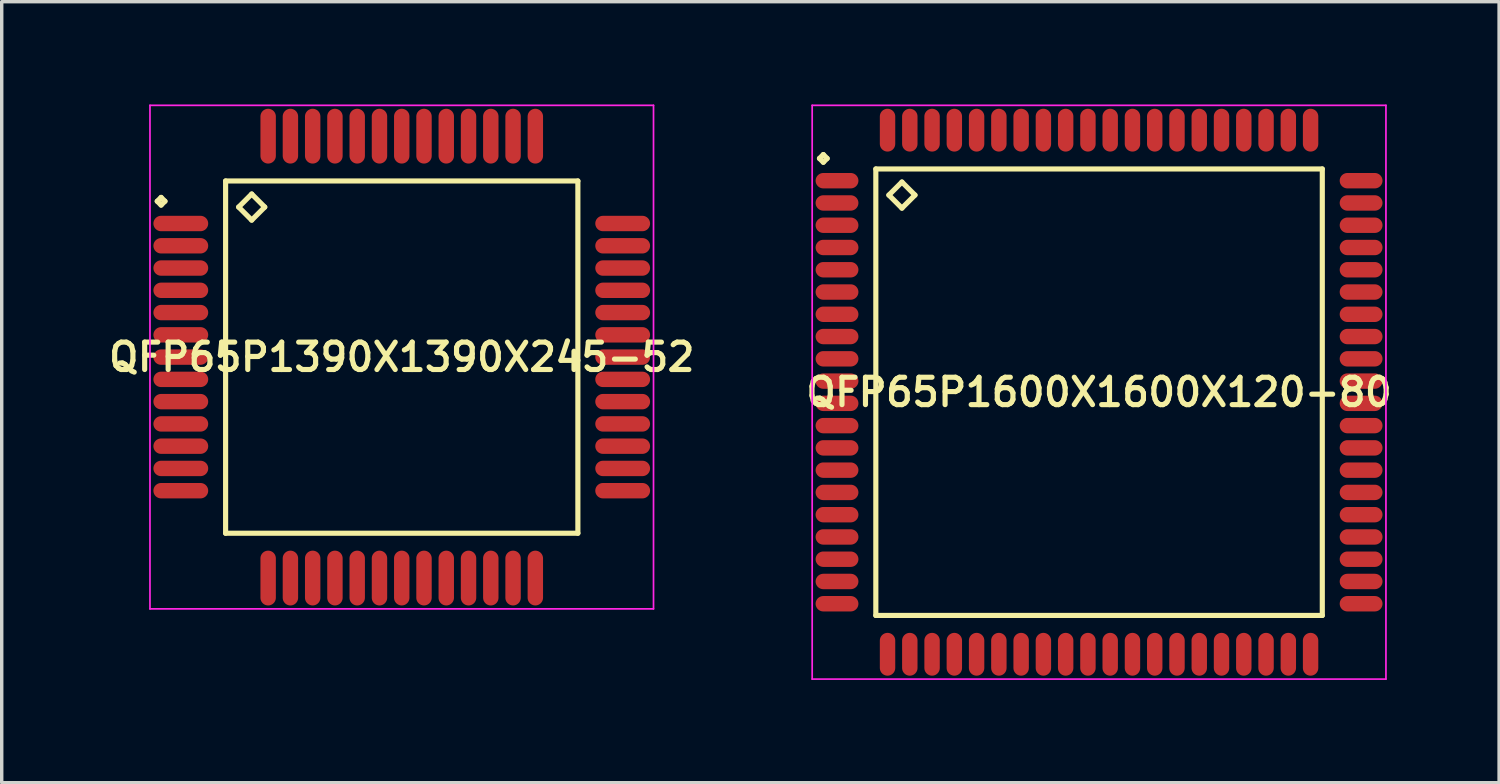
<source format=kicad_pcb>
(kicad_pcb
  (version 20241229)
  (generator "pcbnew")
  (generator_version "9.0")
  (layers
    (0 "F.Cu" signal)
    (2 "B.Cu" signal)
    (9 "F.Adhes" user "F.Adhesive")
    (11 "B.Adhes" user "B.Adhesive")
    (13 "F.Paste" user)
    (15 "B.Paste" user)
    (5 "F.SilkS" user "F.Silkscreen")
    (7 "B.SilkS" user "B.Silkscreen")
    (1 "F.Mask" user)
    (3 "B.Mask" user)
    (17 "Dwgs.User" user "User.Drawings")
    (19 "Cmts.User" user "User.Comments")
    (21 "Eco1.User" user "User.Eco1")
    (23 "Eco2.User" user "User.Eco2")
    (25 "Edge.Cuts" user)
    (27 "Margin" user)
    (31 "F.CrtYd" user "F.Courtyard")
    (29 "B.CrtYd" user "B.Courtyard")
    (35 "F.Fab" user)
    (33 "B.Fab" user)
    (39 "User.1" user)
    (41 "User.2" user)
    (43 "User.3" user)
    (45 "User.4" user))
  (footprint "QFP65P1600X1600X120-80"
    (layer "F.Cu")
    (at 29.035 8.4)
    (property "Reference" "QFP65P1600X1600X120-80" (at 0 0 0) (layer "F.SilkS") (effects (font (size 0.8 0.8) (thickness 0.15))))
    (attr smd)
    (fp_line (start -8.162 -6.825) (end -8.05 -6.938) (stroke (width 0.15) (type solid)) (layer "F.SilkS"))
    (fp_line (start -8.05 -6.938) (end -7.938 -6.825) (stroke (width 0.15) (type solid)) (layer "F.SilkS"))
    (fp_line (start -8.05 -6.713) (end -8.162 -6.825) (stroke (width 0.15) (type solid)) (layer "F.SilkS"))
    (fp_line (start -7.938 -6.825) (end -8.05 -6.713) (stroke (width 0.15) (type solid)) (layer "F.SilkS"))
    (fp_line (start -6.517 -6.517) (end -6.517 6.517) (stroke (width 0.15) (type solid)) (layer "F.SilkS"))
    (fp_line (start -6.517 6.517) (end 6.517 6.517) (stroke (width 0.15) (type solid)) (layer "F.SilkS"))
    (fp_line (start -6.136 -5.755) (end -5.755 -6.136) (stroke (width 0.15) (type solid)) (layer "F.SilkS"))
    (fp_line (start -5.755 -6.136) (end -5.374 -5.755) (stroke (width 0.15) (type solid)) (layer "F.SilkS"))
    (fp_line (start -5.755 -5.374) (end -6.136 -5.755) (stroke (width 0.15) (type solid)) (layer "F.SilkS"))
    (fp_line (start -5.374 -5.755) (end -5.755 -5.374) (stroke (width 0.15) (type solid)) (layer "F.SilkS"))
    (fp_line (start 6.517 -6.517) (end -6.517 -6.517) (stroke (width 0.15) (type solid)) (layer "F.SilkS"))
    (fp_line (start 6.517 6.517) (end 6.517 -6.517) (stroke (width 0.15) (type solid)) (layer "F.SilkS"))
    (fp_line (start -8.375 -8.375) (end 8.375 -8.375) (stroke (width 0.05) (type solid)) (layer "F.CrtYd"))
    (fp_line (start -8.375 8.375) (end -8.375 -8.375) (stroke (width 0.05) (type solid)) (layer "F.CrtYd"))
    (fp_line (start 8.375 -8.375) (end 8.375 8.375) (stroke (width 0.05) (type solid)) (layer "F.CrtYd"))
    (fp_line (start 8.375 8.375) (end -8.375 8.375) (stroke (width 0.05) (type solid)) (layer "F.CrtYd"))
    (pad "1" smd oval (at -7.65 -6.175) (size 1.25 0.45) (layers "F.Cu" "F.Mask" "F.Paste"))
    (pad "2" smd oval (at -7.65 -5.525) (size 1.25 0.45) (layers "F.Cu" "F.Mask" "F.Paste"))
    (pad "3" smd oval (at -7.65 -4.875) (size 1.25 0.45) (layers "F.Cu" "F.Mask" "F.Paste"))
    (pad "4" smd oval (at -7.65 -4.225) (size 1.25 0.45) (layers "F.Cu" "F.Mask" "F.Paste"))
    (pad "5" smd oval (at -7.65 -3.575) (size 1.25 0.45) (layers "F.Cu" "F.Mask" "F.Paste"))
    (pad "6" smd oval (at -7.65 -2.925) (size 1.25 0.45) (layers "F.Cu" "F.Mask" "F.Paste"))
    (pad "7" smd oval (at -7.65 -2.275) (size 1.25 0.45) (layers "F.Cu" "F.Mask" "F.Paste"))
    (pad "8" smd oval (at -7.65 -1.625) (size 1.25 0.45) (layers "F.Cu" "F.Mask" "F.Paste"))
    (pad "9" smd oval (at -7.65 -0.975) (size 1.25 0.45) (layers "F.Cu" "F.Mask" "F.Paste"))
    (pad "10" smd oval (at -7.65 -0.325) (size 1.25 0.45) (layers "F.Cu" "F.Mask" "F.Paste"))
    (pad "11" smd oval (at -7.65 0.325) (size 1.25 0.45) (layers "F.Cu" "F.Mask" "F.Paste"))
    (pad "12" smd oval (at -7.65 0.975) (size 1.25 0.45) (layers "F.Cu" "F.Mask" "F.Paste"))
    (pad "13" smd oval (at -7.65 1.625) (size 1.25 0.45) (layers "F.Cu" "F.Mask" "F.Paste"))
    (pad "14" smd oval (at -7.65 2.275) (size 1.25 0.45) (layers "F.Cu" "F.Mask" "F.Paste"))
    (pad "15" smd oval (at -7.65 2.925) (size 1.25 0.45) (layers "F.Cu" "F.Mask" "F.Paste"))
    (pad "16" smd oval (at -7.65 3.575) (size 1.25 0.45) (layers "F.Cu" "F.Mask" "F.Paste"))
    (pad "17" smd oval (at -7.65 4.225) (size 1.25 0.45) (layers "F.Cu" "F.Mask" "F.Paste"))
    (pad "18" smd oval (at -7.65 4.875) (size 1.25 0.45) (layers "F.Cu" "F.Mask" "F.Paste"))
    (pad "19" smd oval (at -7.65 5.525) (size 1.25 0.45) (layers "F.Cu" "F.Mask" "F.Paste"))
    (pad "20" smd oval (at -7.65 6.175) (size 1.25 0.45) (layers "F.Cu" "F.Mask" "F.Paste"))
    (pad "21" smd oval (at -6.175 7.65) (size 0.45 1.25) (layers "F.Cu" "F.Mask" "F.Paste"))
    (pad "22" smd oval (at -5.525 7.65) (size 0.45 1.25) (layers "F.Cu" "F.Mask" "F.Paste"))
    (pad "23" smd oval (at -4.875 7.65) (size 0.45 1.25) (layers "F.Cu" "F.Mask" "F.Paste"))
    (pad "24" smd oval (at -4.225 7.65) (size 0.45 1.25) (layers "F.Cu" "F.Mask" "F.Paste"))
    (pad "25" smd oval (at -3.575 7.65) (size 0.45 1.25) (layers "F.Cu" "F.Mask" "F.Paste"))
    (pad "26" smd oval (at -2.925 7.65) (size 0.45 1.25) (layers "F.Cu" "F.Mask" "F.Paste"))
    (pad "27" smd oval (at -2.275 7.65) (size 0.45 1.25) (layers "F.Cu" "F.Mask" "F.Paste"))
    (pad "28" smd oval (at -1.625 7.65) (size 0.45 1.25) (layers "F.Cu" "F.Mask" "F.Paste"))
    (pad "29" smd oval (at -0.975 7.65) (size 0.45 1.25) (layers "F.Cu" "F.Mask" "F.Paste"))
    (pad "30" smd oval (at -0.325 7.65) (size 0.45 1.25) (layers "F.Cu" "F.Mask" "F.Paste"))
    (pad "31" smd oval (at 0.325 7.65) (size 0.45 1.25) (layers "F.Cu" "F.Mask" "F.Paste"))
    (pad "32" smd oval (at 0.975 7.65) (size 0.45 1.25) (layers "F.Cu" "F.Mask" "F.Paste"))
    (pad "33" smd oval (at 1.625 7.65) (size 0.45 1.25) (layers "F.Cu" "F.Mask" "F.Paste"))
    (pad "34" smd oval (at 2.275 7.65) (size 0.45 1.25) (layers "F.Cu" "F.Mask" "F.Paste"))
    (pad "35" smd oval (at 2.925 7.65) (size 0.45 1.25) (layers "F.Cu" "F.Mask" "F.Paste"))
    (pad "36" smd oval (at 3.575 7.65) (size 0.45 1.25) (layers "F.Cu" "F.Mask" "F.Paste"))
    (pad "37" smd oval (at 4.225 7.65) (size 0.45 1.25) (layers "F.Cu" "F.Mask" "F.Paste"))
    (pad "38" smd oval (at 4.875 7.65) (size 0.45 1.25) (layers "F.Cu" "F.Mask" "F.Paste"))
    (pad "39" smd oval (at 5.525 7.65) (size 0.45 1.25) (layers "F.Cu" "F.Mask" "F.Paste"))
    (pad "40" smd oval (at 6.175 7.65) (size 0.45 1.25) (layers "F.Cu" "F.Mask" "F.Paste"))
    (pad "41" smd oval (at 7.65 6.175) (size 1.25 0.45) (layers "F.Cu" "F.Mask" "F.Paste"))
    (pad "42" smd oval (at 7.65 5.525) (size 1.25 0.45) (layers "F.Cu" "F.Mask" "F.Paste"))
    (pad "43" smd oval (at 7.65 4.875) (size 1.25 0.45) (layers "F.Cu" "F.Mask" "F.Paste"))
    (pad "44" smd oval (at 7.65 4.225) (size 1.25 0.45) (layers "F.Cu" "F.Mask" "F.Paste"))
    (pad "45" smd oval (at 7.65 3.575) (size 1.25 0.45) (layers "F.Cu" "F.Mask" "F.Paste"))
    (pad "46" smd oval (at 7.65 2.925) (size 1.25 0.45) (layers "F.Cu" "F.Mask" "F.Paste"))
    (pad "47" smd oval (at 7.65 2.275) (size 1.25 0.45) (layers "F.Cu" "F.Mask" "F.Paste"))
    (pad "48" smd oval (at 7.65 1.625) (size 1.25 0.45) (layers "F.Cu" "F.Mask" "F.Paste"))
    (pad "49" smd oval (at 7.65 0.975) (size 1.25 0.45) (layers "F.Cu" "F.Mask" "F.Paste"))
    (pad "50" smd oval (at 7.65 0.325) (size 1.25 0.45) (layers "F.Cu" "F.Mask" "F.Paste"))
    (pad "51" smd oval (at 7.65 -0.325) (size 1.25 0.45) (layers "F.Cu" "F.Mask" "F.Paste"))
    (pad "52" smd oval (at 7.65 -0.975) (size 1.25 0.45) (layers "F.Cu" "F.Mask" "F.Paste"))
    (pad "53" smd oval (at 7.65 -1.625) (size 1.25 0.45) (layers "F.Cu" "F.Mask" "F.Paste"))
    (pad "54" smd oval (at 7.65 -2.275) (size 1.25 0.45) (layers "F.Cu" "F.Mask" "F.Paste"))
    (pad "55" smd oval (at 7.65 -2.925) (size 1.25 0.45) (layers "F.Cu" "F.Mask" "F.Paste"))
    (pad "56" smd oval (at 7.65 -3.575) (size 1.25 0.45) (layers "F.Cu" "F.Mask" "F.Paste"))
    (pad "57" smd oval (at 7.65 -4.225) (size 1.25 0.45) (layers "F.Cu" "F.Mask" "F.Paste"))
    (pad "58" smd oval (at 7.65 -4.875) (size 1.25 0.45) (layers "F.Cu" "F.Mask" "F.Paste"))
    (pad "59" smd oval (at 7.65 -5.525) (size 1.25 0.45) (layers "F.Cu" "F.Mask" "F.Paste"))
    (pad "60" smd oval (at 7.65 -6.175) (size 1.25 0.45) (layers "F.Cu" "F.Mask" "F.Paste"))
    (pad "61" smd oval (at 6.175 -7.65) (size 0.45 1.25) (layers "F.Cu" "F.Mask" "F.Paste"))
    (pad "62" smd oval (at 5.525 -7.65) (size 0.45 1.25) (layers "F.Cu" "F.Mask" "F.Paste"))
    (pad "63" smd oval (at 4.875 -7.65) (size 0.45 1.25) (layers "F.Cu" "F.Mask" "F.Paste"))
    (pad "64" smd oval (at 4.225 -7.65) (size 0.45 1.25) (layers "F.Cu" "F.Mask" "F.Paste"))
    (pad "65" smd oval (at 3.575 -7.65) (size 0.45 1.25) (layers "F.Cu" "F.Mask" "F.Paste"))
    (pad "66" smd oval (at 2.925 -7.65) (size 0.45 1.25) (layers "F.Cu" "F.Mask" "F.Paste"))
    (pad "67" smd oval (at 2.275 -7.65) (size 0.45 1.25) (layers "F.Cu" "F.Mask" "F.Paste"))
    (pad "68" smd oval (at 1.625 -7.65) (size 0.45 1.25) (layers "F.Cu" "F.Mask" "F.Paste"))
    (pad "69" smd oval (at 0.975 -7.65) (size 0.45 1.25) (layers "F.Cu" "F.Mask" "F.Paste"))
    (pad "70" smd oval (at 0.325 -7.65) (size 0.45 1.25) (layers "F.Cu" "F.Mask" "F.Paste"))
    (pad "71" smd oval (at -0.325 -7.65) (size 0.45 1.25) (layers "F.Cu" "F.Mask" "F.Paste"))
    (pad "72" smd oval (at -0.975 -7.65) (size 0.45 1.25) (layers "F.Cu" "F.Mask" "F.Paste"))
    (pad "73" smd oval (at -1.625 -7.65) (size 0.45 1.25) (layers "F.Cu" "F.Mask" "F.Paste"))
    (pad "74" smd oval (at -2.275 -7.65) (size 0.45 1.25) (layers "F.Cu" "F.Mask" "F.Paste"))
    (pad "75" smd oval (at -2.925 -7.65) (size 0.45 1.25) (layers "F.Cu" "F.Mask" "F.Paste"))
    (pad "76" smd oval (at -3.575 -7.65) (size 0.45 1.25) (layers "F.Cu" "F.Mask" "F.Paste"))
    (pad "77" smd oval (at -4.225 -7.65) (size 0.45 1.25) (layers "F.Cu" "F.Mask" "F.Paste"))
    (pad "78" smd oval (at -4.875 -7.65) (size 0.45 1.25) (layers "F.Cu" "F.Mask" "F.Paste"))
    (pad "79" smd oval (at -5.525 -7.65) (size 0.45 1.25) (layers "F.Cu" "F.Mask" "F.Paste"))
    (pad "80" smd oval (at -6.175 -7.65) (size 0.45 1.25) (layers "F.Cu" "F.Mask" "F.Paste")))
  (footprint "QFP65P1390X1390X245-52"
    (layer "F.Cu")
    (at 8.678 7.375)
    (property "Reference" "QFP65P1390X1390X245-52" (at 0 0 0) (layer "F.SilkS") (effects (font (size 0.8 0.8) (thickness 0.15))))
    (attr smd)
    (fp_line (start -7.138 -4.55) (end -7.025 -4.662) (stroke (width 0.15) (type solid)) (layer "F.SilkS"))
    (fp_line (start -7.025 -4.662) (end -6.912 -4.55) (stroke (width 0.15) (type solid)) (layer "F.SilkS"))
    (fp_line (start -7.025 -4.438) (end -7.138 -4.55) (stroke (width 0.15) (type solid)) (layer "F.SilkS"))
    (fp_line (start -6.912 -4.55) (end -7.025 -4.438) (stroke (width 0.15) (type solid)) (layer "F.SilkS"))
    (fp_line (start -5.142 -5.142) (end -5.142 5.142) (stroke (width 0.15) (type solid)) (layer "F.SilkS"))
    (fp_line (start -5.142 5.142) (end 5.142 5.142) (stroke (width 0.15) (type solid)) (layer "F.SilkS"))
    (fp_line (start -4.761 -4.38) (end -4.38 -4.761) (stroke (width 0.15) (type solid)) (layer "F.SilkS"))
    (fp_line (start -4.38 -4.761) (end -3.999 -4.38) (stroke (width 0.15) (type solid)) (layer "F.SilkS"))
    (fp_line (start -4.38 -3.999) (end -4.761 -4.38) (stroke (width 0.15) (type solid)) (layer "F.SilkS"))
    (fp_line (start -3.999 -4.38) (end -4.38 -3.999) (stroke (width 0.15) (type solid)) (layer "F.SilkS"))
    (fp_line (start 5.142 -5.142) (end -5.142 -5.142) (stroke (width 0.15) (type solid)) (layer "F.SilkS"))
    (fp_line (start 5.142 5.142) (end 5.142 -5.142) (stroke (width 0.15) (type solid)) (layer "F.SilkS"))
    (fp_line (start -7.35 -7.35) (end 7.35 -7.35) (stroke (width 0.05) (type solid)) (layer "F.CrtYd"))
    (fp_line (start -7.35 7.35) (end -7.35 -7.35) (stroke (width 0.05) (type solid)) (layer "F.CrtYd"))
    (fp_line (start 7.35 -7.35) (end 7.35 7.35) (stroke (width 0.05) (type solid)) (layer "F.CrtYd"))
    (fp_line (start 7.35 7.35) (end -7.35 7.35) (stroke (width 0.05) (type solid)) (layer "F.CrtYd"))
    (pad "1" smd oval (at -6.45 -3.9) (size 1.6 0.45) (layers "F.Cu" "F.Mask" "F.Paste"))
    (pad "2" smd oval (at -6.45 -3.25) (size 1.6 0.45) (layers "F.Cu" "F.Mask" "F.Paste"))
    (pad "3" smd oval (at -6.45 -2.6) (size 1.6 0.45) (layers "F.Cu" "F.Mask" "F.Paste"))
    (pad "4" smd oval (at -6.45 -1.95) (size 1.6 0.45) (layers "F.Cu" "F.Mask" "F.Paste"))
    (pad "5" smd oval (at -6.45 -1.3) (size 1.6 0.45) (layers "F.Cu" "F.Mask" "F.Paste"))
    (pad "6" smd oval (at -6.45 -0.65) (size 1.6 0.45) (layers "F.Cu" "F.Mask" "F.Paste"))
    (pad "7" smd oval (at -6.45 0) (size 1.6 0.45) (layers "F.Cu" "F.Mask" "F.Paste"))
    (pad "8" smd oval (at -6.45 0.65) (size 1.6 0.45) (layers "F.Cu" "F.Mask" "F.Paste"))
    (pad "9" smd oval (at -6.45 1.3) (size 1.6 0.45) (layers "F.Cu" "F.Mask" "F.Paste"))
    (pad "10" smd oval (at -6.45 1.95) (size 1.6 0.45) (layers "F.Cu" "F.Mask" "F.Paste"))
    (pad "11" smd oval (at -6.45 2.6) (size 1.6 0.45) (layers "F.Cu" "F.Mask" "F.Paste"))
    (pad "12" smd oval (at -6.45 3.25) (size 1.6 0.45) (layers "F.Cu" "F.Mask" "F.Paste"))
    (pad "13" smd oval (at -6.45 3.9) (size 1.6 0.45) (layers "F.Cu" "F.Mask" "F.Paste"))
    (pad "14" smd oval (at -3.9 6.45) (size 0.45 1.6) (layers "F.Cu" "F.Mask" "F.Paste"))
    (pad "15" smd oval (at -3.25 6.45) (size 0.45 1.6) (layers "F.Cu" "F.Mask" "F.Paste"))
    (pad "16" smd oval (at -2.6 6.45) (size 0.45 1.6) (layers "F.Cu" "F.Mask" "F.Paste"))
    (pad "17" smd oval (at -1.95 6.45) (size 0.45 1.6) (layers "F.Cu" "F.Mask" "F.Paste"))
    (pad "18" smd oval (at -1.3 6.45) (size 0.45 1.6) (layers "F.Cu" "F.Mask" "F.Paste"))
    (pad "19" smd oval (at -0.65 6.45) (size 0.45 1.6) (layers "F.Cu" "F.Mask" "F.Paste"))
    (pad "20" smd oval (at 0 6.45) (size 0.45 1.6) (layers "F.Cu" "F.Mask" "F.Paste"))
    (pad "21" smd oval (at 0.65 6.45) (size 0.45 1.6) (layers "F.Cu" "F.Mask" "F.Paste"))
    (pad "22" smd oval (at 1.3 6.45) (size 0.45 1.6) (layers "F.Cu" "F.Mask" "F.Paste"))
    (pad "23" smd oval (at 1.95 6.45) (size 0.45 1.6) (layers "F.Cu" "F.Mask" "F.Paste"))
    (pad "24" smd oval (at 2.6 6.45) (size 0.45 1.6) (layers "F.Cu" "F.Mask" "F.Paste"))
    (pad "25" smd oval (at 3.25 6.45) (size 0.45 1.6) (layers "F.Cu" "F.Mask" "F.Paste"))
    (pad "26" smd oval (at 3.9 6.45) (size 0.45 1.6) (layers "F.Cu" "F.Mask" "F.Paste"))
    (pad "27" smd oval (at 6.45 3.9) (size 1.6 0.45) (layers "F.Cu" "F.Mask" "F.Paste"))
    (pad "28" smd oval (at 6.45 3.25) (size 1.6 0.45) (layers "F.Cu" "F.Mask" "F.Paste"))
    (pad "29" smd oval (at 6.45 2.6) (size 1.6 0.45) (layers "F.Cu" "F.Mask" "F.Paste"))
    (pad "30" smd oval (at 6.45 1.95) (size 1.6 0.45) (layers "F.Cu" "F.Mask" "F.Paste"))
    (pad "31" smd oval (at 6.45 1.3) (size 1.6 0.45) (layers "F.Cu" "F.Mask" "F.Paste"))
    (pad "32" smd oval (at 6.45 0.65) (size 1.6 0.45) (layers "F.Cu" "F.Mask" "F.Paste"))
    (pad "33" smd oval (at 6.45 0) (size 1.6 0.45) (layers "F.Cu" "F.Mask" "F.Paste"))
    (pad "34" smd oval (at 6.45 -0.65) (size 1.6 0.45) (layers "F.Cu" "F.Mask" "F.Paste"))
    (pad "35" smd oval (at 6.45 -1.3) (size 1.6 0.45) (layers "F.Cu" "F.Mask" "F.Paste"))
    (pad "36" smd oval (at 6.45 -1.95) (size 1.6 0.45) (layers "F.Cu" "F.Mask" "F.Paste"))
    (pad "37" smd oval (at 6.45 -2.6) (size 1.6 0.45) (layers "F.Cu" "F.Mask" "F.Paste"))
    (pad "38" smd oval (at 6.45 -3.25) (size 1.6 0.45) (layers "F.Cu" "F.Mask" "F.Paste"))
    (pad "39" smd oval (at 6.45 -3.9) (size 1.6 0.45) (layers "F.Cu" "F.Mask" "F.Paste"))
    (pad "40" smd oval (at 3.9 -6.45) (size 0.45 1.6) (layers "F.Cu" "F.Mask" "F.Paste"))
    (pad "41" smd oval (at 3.25 -6.45) (size 0.45 1.6) (layers "F.Cu" "F.Mask" "F.Paste"))
    (pad "42" smd oval (at 2.6 -6.45) (size 0.45 1.6) (layers "F.Cu" "F.Mask" "F.Paste"))
    (pad "43" smd oval (at 1.95 -6.45) (size 0.45 1.6) (layers "F.Cu" "F.Mask" "F.Paste"))
    (pad "44" smd oval (at 1.3 -6.45) (size 0.45 1.6) (layers "F.Cu" "F.Mask" "F.Paste"))
    (pad "45" smd oval (at 0.65 -6.45) (size 0.45 1.6) (layers "F.Cu" "F.Mask" "F.Paste"))
    (pad "46" smd oval (at 0 -6.45) (size 0.45 1.6) (layers "F.Cu" "F.Mask" "F.Paste"))
    (pad "47" smd oval (at -0.65 -6.45) (size 0.45 1.6) (layers "F.Cu" "F.Mask" "F.Paste"))
    (pad "48" smd oval (at -1.3 -6.45) (size 0.45 1.6) (layers "F.Cu" "F.Mask" "F.Paste"))
    (pad "49" smd oval (at -1.95 -6.45) (size 0.45 1.6) (layers "F.Cu" "F.Mask" "F.Paste"))
    (pad "50" smd oval (at -2.6 -6.45) (size 0.45 1.6) (layers "F.Cu" "F.Mask" "F.Paste"))
    (pad "51" smd oval (at -3.25 -6.45) (size 0.45 1.6) (layers "F.Cu" "F.Mask" "F.Paste"))
    (pad "52" smd oval (at -3.9 -6.45) (size 0.45 1.6) (layers "F.Cu" "F.Mask" "F.Paste")))
  (gr_rect
    (start -3 -3)
    (end 40.713 19.8)
    (stroke (width 0.1) (type default))
    (fill no)
    (layer "Edge.Cuts")))
</source>
